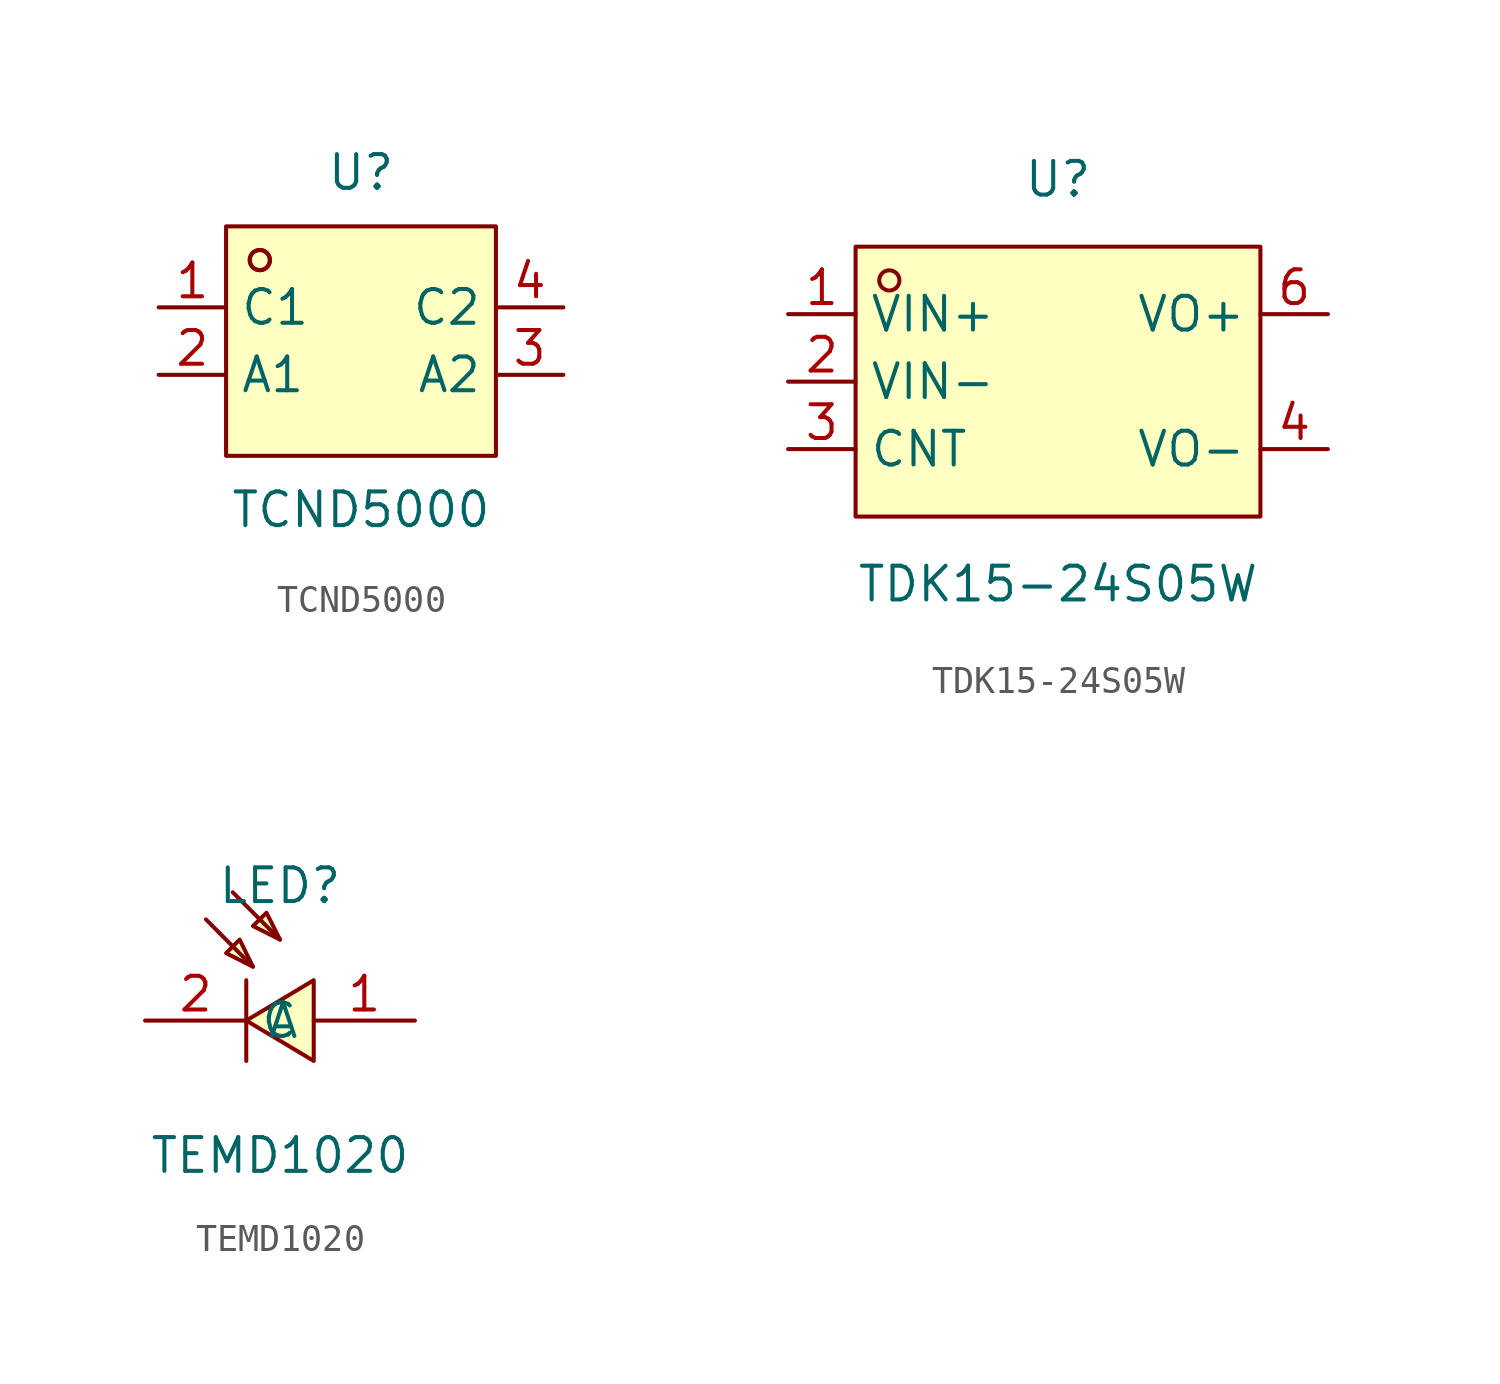
<source format=kicad_sym>
(kicad_symbol_lib
  (version 20231120)
  (generator "kicad_symbol_editor")
  (generator_version "8.0")
  (symbol "TCND5000"
    (property "Reference" "U"
      (at 0 6.35 0)
      (effects (font (size 1.27 1.27))))
    (property "Value" "TCND5000"
      (at 0 -6.35 0)
      (effects (font (size 1.27 1.27))))
    (symbol "TCND5000_0_1"
      (rectangle (start -5.08 4.32) (end 5.08 -4.32) (stroke (width 0) (type default)) (fill (type background)))
      (circle (center -3.81 3.05) (radius 0.38) (stroke (width 0) (type default)) (fill (type none)))
      (circle (center -3.81 3.05) (radius 0.38) (stroke (width 0) (type default)) (fill (type none)))
      (pin unspecified line (at -7.62 1.27 0) (length 2.54) (name "C1" (effects (font (size 1.27 1.27)))) (number "1" (effects (font (size 1.27 1.27)))))
      (pin unspecified line (at -7.62 -1.27 0) (length 2.54) (name "A1" (effects (font (size 1.27 1.27)))) (number "2" (effects (font (size 1.27 1.27)))))
      (pin unspecified line (at 7.62 -1.27 180) (length 2.54) (name "A2" (effects (font (size 1.27 1.27)))) (number "3" (effects (font (size 1.27 1.27)))))
      (pin unspecified line (at 7.62 1.27 180) (length 2.54) (name "C2" (effects (font (size 1.27 1.27)))) (number "4" (effects (font (size 1.27 1.27)))))))
  (symbol "TDK15-24S05W"
    (property "Reference" "U"
      (at 0 7.62 0)
      (effects (font (size 1.27 1.27))))
    (property "Value" "TDK15-24S05W"
      (at 0 -7.62 0)
      (effects (font (size 1.27 1.27))))
    (symbol "TDK15-24S05W_0_1"
      (rectangle (start -7.62 5.08) (end 7.62 -5.08) (stroke (width 0) (type default)) (fill (type background)))
      (circle (center -6.35 3.81) (radius 0.38) (stroke (width 0) (type default)) (fill (type none)))
      (pin unspecified line (at -10.16 2.54 0) (length 2.54) (name "VIN+" (effects (font (size 1.27 1.27)))) (number "1" (effects (font (size 1.27 1.27)))))
      (pin unspecified line (at -10.16 0 0) (length 2.54) (name "VIN-" (effects (font (size 1.27 1.27)))) (number "2" (effects (font (size 1.27 1.27)))))
      (pin unspecified line (at -10.16 -2.54 0) (length 2.54) (name "CNT" (effects (font (size 1.27 1.27)))) (number "3" (effects (font (size 1.27 1.27)))))
      (pin unspecified line (at 10.16 -2.54 180) (length 2.54) (name "VO-" (effects (font (size 1.27 1.27)))) (number "4" (effects (font (size 1.27 1.27)))))
      (pin unspecified line (at 10.16 2.54 180) (length 2.54) (name "VO+" (effects (font (size 1.27 1.27)))) (number "6" (effects (font (size 1.27 1.27)))))))
  (symbol "TEMD1020"
    (property "Reference" "LED"
      (at 0 5.08 0)
      (effects (font (size 1.27 1.27))))
    (property "Value" "TEMD1020"
      (at 0 -5.08 0)
      (effects (font (size 1.27 1.27))))
    (symbol "TEMD1020_0_1"
      (polyline (pts (xy -2.79 3.81) (xy -1.02 2.03)) (stroke (width 0) (type default)) (fill (type none)))
      (polyline (pts (xy -1.78 4.83) (xy 0 3.05)) (stroke (width 0) (type default)) (fill (type none)))
      (polyline (pts (xy -1.27 1.52) (xy -1.27 -1.52)) (stroke (width 0) (type default)) (fill (type none)))
      (polyline (pts (xy -1.02 2.03) (xy -2.03 2.54) (xy -1.52 3.05) (xy -1.02 2.03)) (stroke (width 0) (type default)) (fill (type background)))
      (polyline (pts (xy 0 3.05) (xy -1.02 3.56) (xy -0.51 4.06) (xy 0 3.05)) (stroke (width 0) (type default)) (fill (type background)))
      (polyline (pts (xy 1.27 -1.52) (xy -1.27 0) (xy 1.27 1.52) (xy 1.27 -1.52)) (stroke (width 0) (type default)) (fill (type background)))
      (pin input line (at 5.08 0 180) (length 3.81) (name "A" (effects (font (size 1.27 1.27)))) (number "1" (effects (font (size 1.27 1.27)))))
      (pin input line (at -5.08 0 0) (length 3.81) (name "C" (effects (font (size 1.27 1.27)))) (number "2" (effects (font (size 1.27 1.27))))))))
</source>
